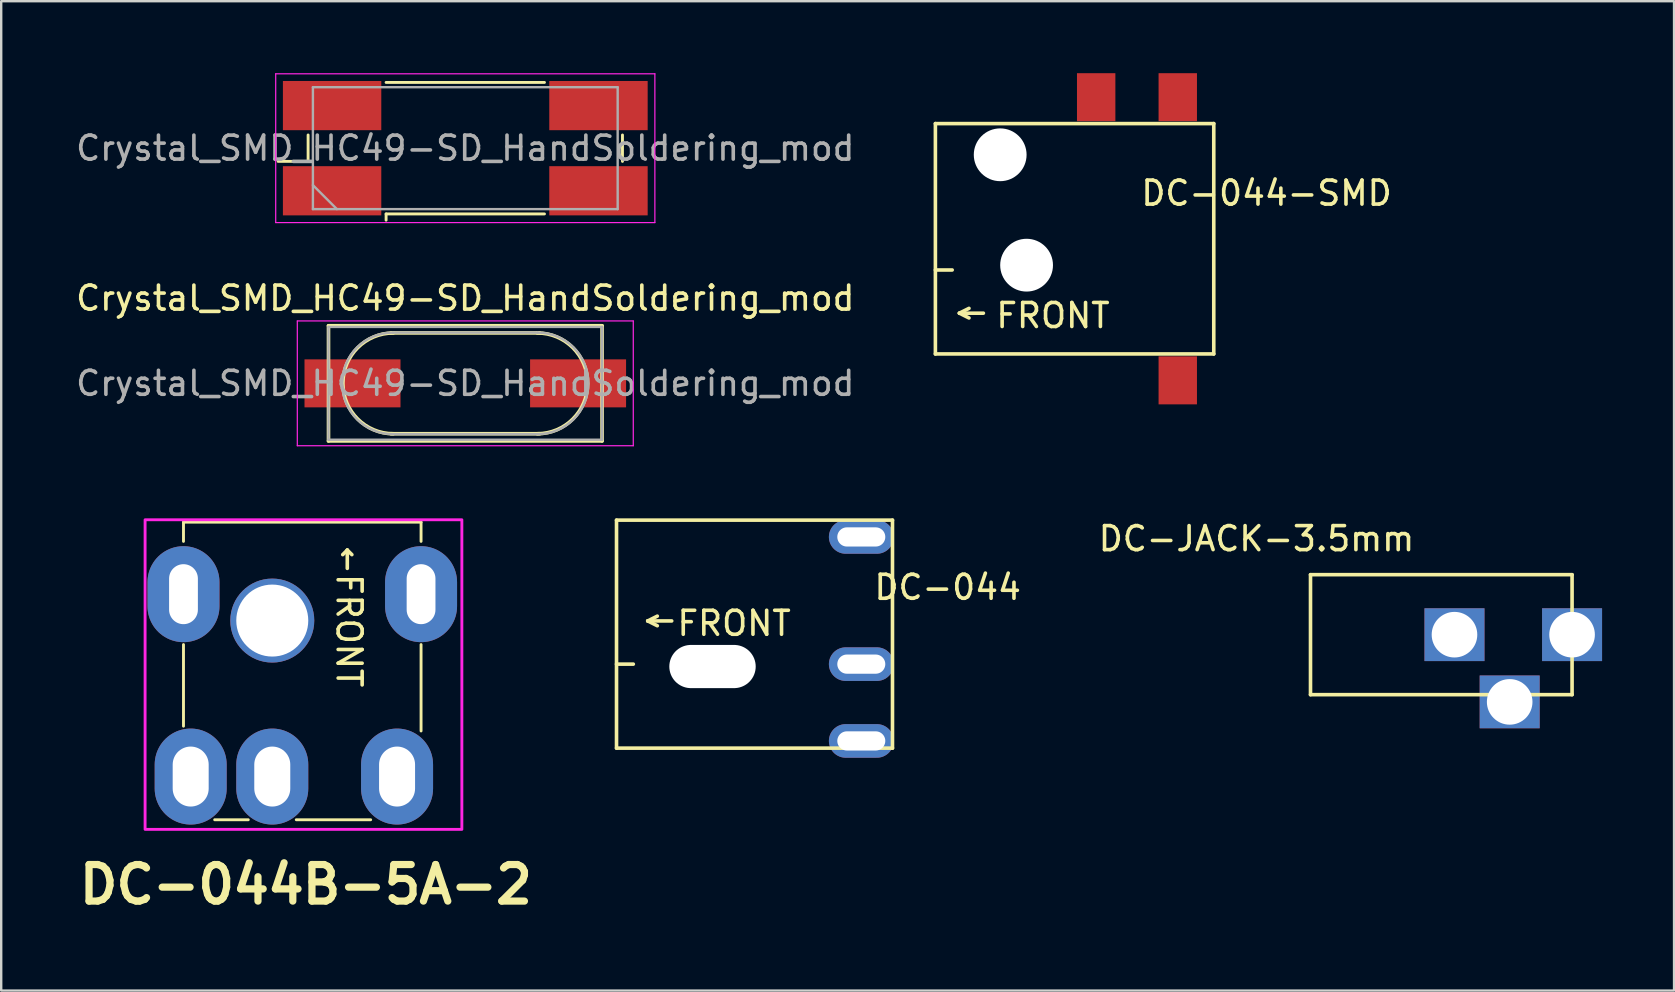
<source format=kicad_pcb>
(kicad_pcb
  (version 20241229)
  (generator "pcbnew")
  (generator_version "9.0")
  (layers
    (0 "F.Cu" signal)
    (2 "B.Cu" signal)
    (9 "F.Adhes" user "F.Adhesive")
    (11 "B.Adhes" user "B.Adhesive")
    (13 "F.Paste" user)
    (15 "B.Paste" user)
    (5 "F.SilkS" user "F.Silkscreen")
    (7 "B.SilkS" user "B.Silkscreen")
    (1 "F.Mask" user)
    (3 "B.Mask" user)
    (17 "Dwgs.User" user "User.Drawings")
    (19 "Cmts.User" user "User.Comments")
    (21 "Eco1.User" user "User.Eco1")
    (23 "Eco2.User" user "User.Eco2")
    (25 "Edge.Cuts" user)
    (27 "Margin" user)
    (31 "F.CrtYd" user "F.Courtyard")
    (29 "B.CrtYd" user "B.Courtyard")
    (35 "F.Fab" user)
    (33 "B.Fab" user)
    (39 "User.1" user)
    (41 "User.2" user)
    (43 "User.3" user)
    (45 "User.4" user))
  (footprint "DC-044"
    (layer "F.Cu")
    (at 22.641 24.625)
    (property "Reference" "DC-044" (at 13.8 -3.2 0) (layer "F.SilkS") (effects (font (size 1 1) (thickness 0.15))))
    (attr through_hole)
    (fp_line (start 0 -6) (end 11.5 -6) (stroke (width 0.15) (type solid)) (layer "F.SilkS"))
    (fp_line (start 0 0) (end 0.7 0) (stroke (width 0.15) (type solid)) (layer "F.SilkS"))
    (fp_line (start 0 3.5) (end 0 -6) (stroke (width 0.15) (type solid)) (layer "F.SilkS"))
    (fp_line (start 1.3 -1.8) (end 1.7 -2) (stroke (width 0.15) (type solid)) (layer "F.SilkS"))
    (fp_line (start 1.3 -1.8) (end 1.7 -1.6) (stroke (width 0.15) (type solid)) (layer "F.SilkS"))
    (fp_line (start 2.3 -1.8) (end 1.3 -1.8) (stroke (width 0.15) (type solid)) (layer "F.SilkS"))
    (fp_line (start 11.5 -6) (end 11.5 3.5) (stroke (width 0.15) (type solid)) (layer "F.SilkS"))
    (fp_line (start 11.5 3.5) (end 0 3.5) (stroke (width 0.15) (type solid)) (layer "F.SilkS"))
    (fp_text user "FRONT" (at 4.9 -1.7 0) (layer "F.SilkS") (effects (font (size 1 1) (thickness 0.15))))
    (pad "" np_thru_hole oval (at 4 0.1) (size 3.6 1.8) (drill oval 3.6 1.8) (layers "*.Cu" "*.Mask"))
    (pad "1" thru_hole oval (at 10.2 3.2 90) (size 1.4 2.7) (drill oval 0.8 2) (layers "*.Cu" "*.Mask"))
    (pad "2" thru_hole oval (at 10.2 -5.3 90) (size 1.4 2.7) (drill oval 0.8 2) (layers "*.Cu" "*.Mask"))
    (pad "3" thru_hole oval (at 10.2 0 90) (size 1.4 2.7) (drill oval 0.8 2) (layers "*.Cu" "*.Mask")))
  (footprint "Crystal_SMD_HC49-SD_HandSoldering_mod"
    (layer "F.Cu")
    (at 16.339 12.925)
    (property "Reference" "Crystal_SMD_HC49-SD_HandSoldering_mod" (at 0 -3.55 0) (layer "F.SilkS") (effects (font (size 1 1) (thickness 0.15))))
    (attr smd)
    (fp_line (start -7.8 -9.25) (end -6.55 -9.25) (stroke (width 0.12) (type solid)) (layer "F.SilkS"))
    (fp_line (start -6.55 -9.25) (end -6.55 -10.35) (stroke (width 0.12) (type solid)) (layer "F.SilkS"))
    (fp_line (start -5.7 -2.4) (end 5.7 -2.4) (stroke (width 0.15) (type solid)) (layer "F.SilkS"))
    (fp_line (start -5.7 2.4) (end -5.7 -2.4) (stroke (width 0.15) (type solid)) (layer "F.SilkS"))
    (fp_line (start -3.3 -12.54) (end 3.3 -12.54) (stroke (width 0.12) (type solid)) (layer "F.SilkS"))
    (fp_line (start -3.3 -7.06) (end -3.3 -6.8) (stroke (width 0.12) (type solid)) (layer "F.SilkS"))
    (fp_line (start -3.1 -2.1) (end 3.1 -2.1) (stroke (width 0.15) (type solid)) (layer "F.SilkS"))
    (fp_line (start -3.1 2.1) (end 3.1 2.1) (stroke (width 0.15) (type solid)) (layer "F.SilkS"))
    (fp_line (start 3.3 -7.06) (end -3.3 -7.06) (stroke (width 0.12) (type solid)) (layer "F.SilkS"))
    (fp_line (start 5.7 -2.4) (end 5.7 2.4) (stroke (width 0.15) (type solid)) (layer "F.SilkS"))
    (fp_line (start 5.7 2.4) (end -5.7 2.4) (stroke (width 0.15) (type solid)) (layer "F.SilkS"))
    (fp_line (start 6.55 -10.35) (end 6.55 -9.25) (stroke (width 0.12) (type solid)) (layer "F.SilkS"))
    (fp_arc (start -3 2.1) (mid -5.1 0) (end -3 -2.1) (stroke (width 0.15) (type solid)) (layer "F.SilkS"))
    (fp_arc (start 3 -2.1) (mid 5.1 0) (end 3 2.1) (stroke (width 0.15) (type solid)) (layer "F.SilkS"))
    (fp_line (start -7.9 -12.9) (end -7.9 -6.7) (stroke (width 0.05) (type solid)) (layer "F.CrtYd"))
    (fp_line (start -7.9 -6.7) (end 7.9 -6.7) (stroke (width 0.05) (type solid)) (layer "F.CrtYd"))
    (fp_line (start -7 -2.6) (end -7 2.6) (stroke (width 0.05) (type solid)) (layer "F.CrtYd"))
    (fp_line (start -7 2.6) (end 7 2.6) (stroke (width 0.05) (type solid)) (layer "F.CrtYd"))
    (fp_line (start 7 -2.6) (end -7 -2.6) (stroke (width 0.05) (type solid)) (layer "F.CrtYd"))
    (fp_line (start 7 2.6) (end 7 -2.6) (stroke (width 0.05) (type solid)) (layer "F.CrtYd"))
    (fp_line (start 7.9 -12.9) (end -7.9 -12.9) (stroke (width 0.05) (type solid)) (layer "F.CrtYd"))
    (fp_line (start 7.9 -6.7) (end 7.9 -12.9) (stroke (width 0.05) (type solid)) (layer "F.CrtYd"))
    (fp_line (start -6.35 -12.34) (end -6.35 -7.26) (stroke (width 0.1) (type solid)) (layer "F.Fab"))
    (fp_line (start -6.35 -8.26) (end -5.35 -7.26) (stroke (width 0.1) (type solid)) (layer "F.Fab"))
    (fp_line (start -6.35 -7.26) (end 6.35 -7.26) (stroke (width 0.1) (type solid)) (layer "F.Fab"))
    (fp_line (start -5.7 -2.35) (end -5.7 2.35) (stroke (width 0.1) (type solid)) (layer "F.Fab"))
    (fp_line (start -5.7 2.35) (end 5.7 2.35) (stroke (width 0.1) (type solid)) (layer "F.Fab"))
    (fp_line (start -3.015 -2.115) (end 3.015 -2.115) (stroke (width 0.1) (type solid)) (layer "F.Fab"))
    (fp_line (start -3.015 2.115) (end 3.015 2.115) (stroke (width 0.1) (type solid)) (layer "F.Fab"))
    (fp_line (start 5.7 -2.35) (end -5.7 -2.35) (stroke (width 0.1) (type solid)) (layer "F.Fab"))
    (fp_line (start 5.7 2.35) (end 5.7 -2.35) (stroke (width 0.1) (type solid)) (layer "F.Fab"))
    (fp_line (start 6.35 -12.34) (end -6.35 -12.34) (stroke (width 0.1) (type solid)) (layer "F.Fab"))
    (fp_line (start 6.35 -7.26) (end 6.35 -12.34) (stroke (width 0.1) (type solid)) (layer "F.Fab"))
    (fp_arc (start -3.015 2.115) (mid -5.13 0) (end -3.015 -2.115) (stroke (width 0.1) (type solid)) (layer "F.Fab"))
    (fp_arc (start 3.015 -2.115) (mid 5.13 0) (end 3.015 2.115) (stroke (width 0.1) (type solid)) (layer "F.Fab"))
    (fp_text user "${REFERENCE}" (at 0 -9.8 0) (layer "F.Fab") (effects (font (size 1 1) (thickness 0.15))))
    (fp_text user "${REFERENCE}" (at 0 0 0) (layer "F.Fab") (effects (font (size 1 1) (thickness 0.15))))
    (pad "1" smd rect (at -5.55 -8.025) (size 4.1 2.05) (layers "F.Cu" "F.Mask" "F.Paste"))
    (pad "1" smd rect (at -4.7 0) (size 4 2) (layers "F.Cu" "F.Mask" "F.Paste"))
    (pad "2" smd rect (at 4.7 0) (size 4 2) (layers "F.Cu" "F.Mask" "F.Paste"))
    (pad "2" smd rect (at 5.55 -8.025) (size 4.1 2.05) (layers "F.Cu" "F.Mask" "F.Paste"))
    (pad "3" smd rect (at 5.55 -11.575) (size 4.1 2.05) (layers "F.Cu" "F.Mask" "F.Paste"))
    (pad "4" smd rect (at -5.55 -11.575) (size 4.1 2.05) (layers "F.Cu" "F.Mask" "F.Paste")))
  (footprint "DC-044-SMD"
    (layer "F.Cu")
    (at 35.929 8.2)
    (property "Reference" "DC-044-SMD" (at 13.8 -3.2 0) (layer "F.SilkS") (effects (font (size 1 1) (thickness 0.15))))
    (attr through_hole)
    (fp_line (start 0 -6.1) (end 11.6 -6.1) (stroke (width 0.15) (type solid)) (layer "F.SilkS"))
    (fp_line (start 0 0) (end 0.7 0) (stroke (width 0.15) (type solid)) (layer "F.SilkS"))
    (fp_line (start 0 3.5) (end 0 -6.1) (stroke (width 0.15) (type solid)) (layer "F.SilkS"))
    (fp_line (start 1 1.8) (end 1.4 1.6) (stroke (width 0.15) (type solid)) (layer "F.SilkS"))
    (fp_line (start 1 1.8) (end 1.4 2) (stroke (width 0.15) (type solid)) (layer "F.SilkS"))
    (fp_line (start 2 1.8) (end 1 1.8) (stroke (width 0.15) (type solid)) (layer "F.SilkS"))
    (fp_line (start 11.6 -6.1) (end 11.6 3.5) (stroke (width 0.15) (type solid)) (layer "F.SilkS"))
    (fp_line (start 11.6 3.5) (end 0 3.5) (stroke (width 0.15) (type solid)) (layer "F.SilkS"))
    (fp_text user "FRONT" (at 4.9 1.9 0) (layer "F.SilkS") (effects (font (size 1 1) (thickness 0.15))))
    (pad "" np_thru_hole circle (at 2.7 -4.8 90) (size 2.2 2.2) (drill oval 2.2) (layers "*.Cu" "*.Mask"))
    (pad "" np_thru_hole circle (at 3.8 -0.2 90) (size 2.2 2.2) (drill oval 2.2) (layers "*.Cu" "*.Mask"))
    (pad "1" smd rect (at 6.7 -7.2 90) (size 2 1.6) (layers "F.Cu" "F.Mask" "F.Paste"))
    (pad "2" smd rect (at 10.1 4.6 90) (size 2 1.6) (layers "F.Cu" "F.Mask" "F.Paste"))
    (pad "3" smd rect (at 10.1 -7.2 90) (size 2 1.6) (layers "F.Cu" "F.Mask" "F.Paste")))
  (footprint "DC-044B-5A-2"
    (layer "F.Cu")
    (at 8.296 22.81)
    (property "Reference" "DC-044B-5A-2" (at 1.4 11 0) (layer "F.SilkS") (effects (font (size 1.524 1.524) (thickness 0.3))))
    (attr board_only exclude_from_pos_files exclude_from_bom)
    (fp_line (start -3.7 -4.1) (end 6.2 -4.1) (stroke (width 0.12) (type solid)) (layer "F.SilkS"))
    (fp_line (start -3.7 -3.3) (end -3.7 -4.1) (stroke (width 0.12) (type solid)) (layer "F.SilkS"))
    (fp_line (start -3.7 1) (end -3.7 4.4) (stroke (width 0.12) (type solid)) (layer "F.SilkS"))
    (fp_line (start -2.4 8.3) (end -1 8.3) (stroke (width 0.12) (type solid)) (layer "F.SilkS"))
    (fp_line (start 1 8.3) (end 4.1 8.3) (stroke (width 0.12) (type solid)) (layer "F.SilkS"))
    (fp_line (start 6.2 -4.1) (end 6.2 -3.3) (stroke (width 0.12) (type solid)) (layer "F.SilkS"))
    (fp_line (start 6.2 1) (end 6.2 4.6) (stroke (width 0.12) (type solid)) (layer "F.SilkS"))
    (fp_rect (start -5.3 -4.2) (end 7.9 8.7) (stroke (width 0.12) (type solid)) (fill no) (layer "F.CrtYd"))
    (fp_text user "←FRONT" (at 3.2 -0.2 270) (unlocked yes) (layer "F.SilkS") (effects (font (size 1 1) (thickness 0.15))))
    (pad "" np_thru_hole circle (at 0 0) (size 3.5 3.5) (drill 3) (layers "*.Cu" "*.Mask"))
    (pad "2" thru_hole oval (at 5.2 6.5) (size 3 4) (drill oval 1.5 2.5) (layers "*.Cu" "*.Mask"))
    (pad "3" thru_hole oval (at 0 6.5) (size 3 4) (drill oval 1.5 2.5) (layers "*.Cu" "*.Mask"))
    (pad "4" thru_hole oval (at -3.4 6.5) (size 3 4) (drill oval 1.5 2.5) (layers "*.Cu" "*.Mask"))
    (pad "5" thru_hole oval (at -3.7 -1.1) (size 3 4) (drill oval 1.2 2.5) (layers "*.Cu" "*.Mask"))
    (pad "5" thru_hole oval (at 6.2 -1.1) (size 3 4) (drill oval 1.2 2.5) (layers "*.Cu" "*.Mask")))
  (footprint "DC-JACK-3.5mm"
    (layer "F.Cu")
    (at 51.56 20.898)
    (property "Reference" "DC-JACK-3.5mm" (at -2.25 -1.5 0) (layer "F.SilkS") (effects (font (size 1 1) (thickness 0.15))))
    (attr through_hole)
    (fp_line (start 0 0) (end 10.9 0) (stroke (width 0.15) (type solid)) (layer "F.SilkS"))
    (fp_line (start 0 5) (end 0 0) (stroke (width 0.15) (type solid)) (layer "F.SilkS"))
    (fp_line (start 10.9 0) (end 10.9 5) (stroke (width 0.15) (type solid)) (layer "F.SilkS"))
    (fp_line (start 10.9 5) (end 0 5) (stroke (width 0.15) (type solid)) (layer "F.SilkS"))
    (pad "1" thru_hole rect (at 10.9 2.5) (size 2.5 2.2) (drill 1.9) (layers "*.Cu" "*.Mask"))
    (pad "2" thru_hole rect (at 6 2.5) (size 2.5 2.2) (drill 1.9) (layers "*.Cu" "*.Mask"))
    (pad "3" thru_hole rect (at 8.3 5.3) (size 2.5 2.2) (drill 1.9) (layers "*.Cu" "*.Mask")))
  (gr_rect
    (start -3 -3)
    (end 66.71 38.228)
    (stroke (width 0.1) (type default))
    (fill no)
    (layer "Edge.Cuts")))
</source>
